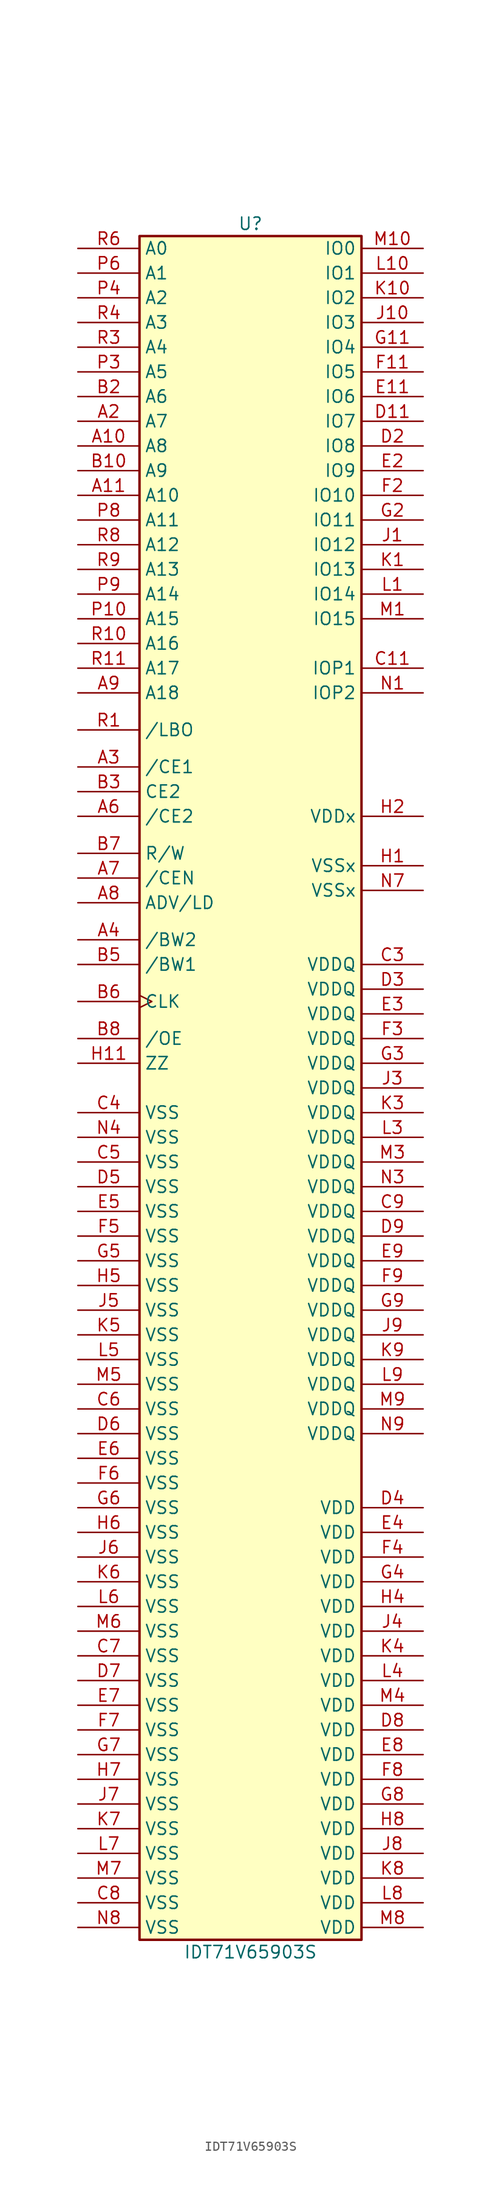
<source format=kicad_sym>
(kicad_symbol_lib
  (version 20201005)
  (generator kicad_symbol_editor)
  (symbol "IDT71V65903S"
    (property "Reference" "U"
      (at 0 88.9 0)
      (effects (font (size 1.27 1.27))))
    (property "Value" "IDT71V65903S"
      (at 0 -88.9 0)
      (effects (font (size 1.27 1.27))))
    (symbol "IDT71V65903S_0_1"
      (rectangle (start -11.43 87.63) (end 11.43 -87.63) (stroke (width 0.254)) (fill (type background))))
    (symbol "IDT71V65903S_1_1"
      (pin input line (at -17.78 66.04 0) (length 6.35) (name "A8" (effects (font (size 1.27 1.27)))) (number "A10" (effects (font (size 1.27 1.27)))))
      (pin input line (at -17.78 60.96 0) (length 6.35) (name "A10" (effects (font (size 1.27 1.27)))) (number "A11" (effects (font (size 1.27 1.27)))))
      (pin input line (at -17.78 68.58 0) (length 6.35) (name "A7" (effects (font (size 1.27 1.27)))) (number "A2" (effects (font (size 1.27 1.27)))))
      (pin input line (at -17.78 33.02 0) (length 6.35) (name "/CE1" (effects (font (size 1.27 1.27)))) (number "A3" (effects (font (size 1.27 1.27)))))
      (pin input line (at -17.78 15.24 0) (length 6.35) (name "/BW2" (effects (font (size 1.27 1.27)))) (number "A4" (effects (font (size 1.27 1.27)))))
      (pin input line (at -17.78 27.94 0) (length 6.35) (name "/CE2" (effects (font (size 1.27 1.27)))) (number "A6" (effects (font (size 1.27 1.27)))))
      (pin input line (at -17.78 21.59 0) (length 6.35) (name "/CEN" (effects (font (size 1.27 1.27)))) (number "A7" (effects (font (size 1.27 1.27)))))
      (pin input line (at -17.78 19.05 0) (length 6.35) (name "ADV/LD" (effects (font (size 1.27 1.27)))) (number "A8" (effects (font (size 1.27 1.27)))))
      (pin input line (at -17.78 40.64 0) (length 6.35) (name "A18" (effects (font (size 1.27 1.27)))) (number "A9" (effects (font (size 1.27 1.27)))))
      (pin input line (at -17.78 63.5 0) (length 6.35) (name "A9" (effects (font (size 1.27 1.27)))) (number "B10" (effects (font (size 1.27 1.27)))))
      (pin input line (at -17.78 71.12 0) (length 6.35) (name "A6" (effects (font (size 1.27 1.27)))) (number "B2" (effects (font (size 1.27 1.27)))))
      (pin input line (at -17.78 30.48 0) (length 6.35) (name "CE2" (effects (font (size 1.27 1.27)))) (number "B3" (effects (font (size 1.27 1.27)))))
      (pin input line (at -17.78 12.7 0) (length 6.35) (name "/BW1" (effects (font (size 1.27 1.27)))) (number "B5" (effects (font (size 1.27 1.27)))))
      (pin input clock (at -17.78 8.89 0) (length 6.35) (name "CLK" (effects (font (size 1.27 1.27)))) (number "B6" (effects (font (size 1.27 1.27)))))
      (pin input line (at -17.78 24.13 0) (length 6.35) (name "R/W" (effects (font (size 1.27 1.27)))) (number "B7" (effects (font (size 1.27 1.27)))))
      (pin input line (at -17.78 5.08 0) (length 6.35) (name "/OE" (effects (font (size 1.27 1.27)))) (number "B8" (effects (font (size 1.27 1.27)))))
      (pin bidirectional line (at 17.78 43.18 180) (length 6.35) (name "IOP1" (effects (font (size 1.27 1.27)))) (number "C11" (effects (font (size 1.27 1.27)))))
      (pin power_in line (at 17.78 12.7 180) (length 6.35) (name "VDDQ" (effects (font (size 1.27 1.27)))) (number "C3" (effects (font (size 1.27 1.27)))))
      (pin passive line (at -17.78 -2.54 0) (length 6.35) (name "VSS" (effects (font (size 1.27 1.27)))) (number "C4" (effects (font (size 1.27 1.27)))))
      (pin passive line (at -17.78 -7.62 0) (length 6.35) (name "VSS" (effects (font (size 1.27 1.27)))) (number "C5" (effects (font (size 1.27 1.27)))))
      (pin passive line (at -17.78 -33.02 0) (length 6.35) (name "VSS" (effects (font (size 1.27 1.27)))) (number "C6" (effects (font (size 1.27 1.27)))))
      (pin passive line (at -17.78 -58.42 0) (length 6.35) (name "VSS" (effects (font (size 1.27 1.27)))) (number "C7" (effects (font (size 1.27 1.27)))))
      (pin passive line (at -17.78 -83.82 0) (length 6.35) (name "VSS" (effects (font (size 1.27 1.27)))) (number "C8" (effects (font (size 1.27 1.27)))))
      (pin passive line (at 17.78 -12.7 180) (length 6.35) (name "VDDQ" (effects (font (size 1.27 1.27)))) (number "C9" (effects (font (size 1.27 1.27)))))
      (pin bidirectional line (at 17.78 68.58 180) (length 6.35) (name "IO7" (effects (font (size 1.27 1.27)))) (number "D11" (effects (font (size 1.27 1.27)))))
      (pin bidirectional line (at 17.78 66.04 180) (length 6.35) (name "IO8" (effects (font (size 1.27 1.27)))) (number "D2" (effects (font (size 1.27 1.27)))))
      (pin passive line (at 17.78 10.16 180) (length 6.35) (name "VDDQ" (effects (font (size 1.27 1.27)))) (number "D3" (effects (font (size 1.27 1.27)))))
      (pin passive line (at 17.78 -43.18 180) (length 6.35) (name "VDD" (effects (font (size 1.27 1.27)))) (number "D4" (effects (font (size 1.27 1.27)))))
      (pin passive line (at -17.78 -10.16 0) (length 6.35) (name "VSS" (effects (font (size 1.27 1.27)))) (number "D5" (effects (font (size 1.27 1.27)))))
      (pin passive line (at -17.78 -35.56 0) (length 6.35) (name "VSS" (effects (font (size 1.27 1.27)))) (number "D6" (effects (font (size 1.27 1.27)))))
      (pin passive line (at -17.78 -60.96 0) (length 6.35) (name "VSS" (effects (font (size 1.27 1.27)))) (number "D7" (effects (font (size 1.27 1.27)))))
      (pin passive line (at 17.78 -66.04 180) (length 6.35) (name "VDD" (effects (font (size 1.27 1.27)))) (number "D8" (effects (font (size 1.27 1.27)))))
      (pin passive line (at 17.78 -15.24 180) (length 6.35) (name "VDDQ" (effects (font (size 1.27 1.27)))) (number "D9" (effects (font (size 1.27 1.27)))))
      (pin bidirectional line (at 17.78 71.12 180) (length 6.35) (name "IO6" (effects (font (size 1.27 1.27)))) (number "E11" (effects (font (size 1.27 1.27)))))
      (pin bidirectional line (at 17.78 63.5 180) (length 6.35) (name "IO9" (effects (font (size 1.27 1.27)))) (number "E2" (effects (font (size 1.27 1.27)))))
      (pin passive line (at 17.78 7.62 180) (length 6.35) (name "VDDQ" (effects (font (size 1.27 1.27)))) (number "E3" (effects (font (size 1.27 1.27)))))
      (pin passive line (at 17.78 -45.72 180) (length 6.35) (name "VDD" (effects (font (size 1.27 1.27)))) (number "E4" (effects (font (size 1.27 1.27)))))
      (pin passive line (at -17.78 -12.7 0) (length 6.35) (name "VSS" (effects (font (size 1.27 1.27)))) (number "E5" (effects (font (size 1.27 1.27)))))
      (pin passive line (at -17.78 -38.1 0) (length 6.35) (name "VSS" (effects (font (size 1.27 1.27)))) (number "E6" (effects (font (size 1.27 1.27)))))
      (pin passive line (at -17.78 -63.5 0) (length 6.35) (name "VSS" (effects (font (size 1.27 1.27)))) (number "E7" (effects (font (size 1.27 1.27)))))
      (pin passive line (at 17.78 -68.58 180) (length 6.35) (name "VDD" (effects (font (size 1.27 1.27)))) (number "E8" (effects (font (size 1.27 1.27)))))
      (pin passive line (at 17.78 -17.78 180) (length 6.35) (name "VDDQ" (effects (font (size 1.27 1.27)))) (number "E9" (effects (font (size 1.27 1.27)))))
      (pin bidirectional line (at 17.78 73.66 180) (length 6.35) (name "IO5" (effects (font (size 1.27 1.27)))) (number "F11" (effects (font (size 1.27 1.27)))))
      (pin bidirectional line (at 17.78 60.96 180) (length 6.35) (name "IO10" (effects (font (size 1.27 1.27)))) (number "F2" (effects (font (size 1.27 1.27)))))
      (pin passive line (at 17.78 5.08 180) (length 6.35) (name "VDDQ" (effects (font (size 1.27 1.27)))) (number "F3" (effects (font (size 1.27 1.27)))))
      (pin passive line (at 17.78 -48.26 180) (length 6.35) (name "VDD" (effects (font (size 1.27 1.27)))) (number "F4" (effects (font (size 1.27 1.27)))))
      (pin passive line (at -17.78 -15.24 0) (length 6.35) (name "VSS" (effects (font (size 1.27 1.27)))) (number "F5" (effects (font (size 1.27 1.27)))))
      (pin passive line (at -17.78 -40.64 0) (length 6.35) (name "VSS" (effects (font (size 1.27 1.27)))) (number "F6" (effects (font (size 1.27 1.27)))))
      (pin passive line (at -17.78 -66.04 0) (length 6.35) (name "VSS" (effects (font (size 1.27 1.27)))) (number "F7" (effects (font (size 1.27 1.27)))))
      (pin passive line (at 17.78 -71.12 180) (length 6.35) (name "VDD" (effects (font (size 1.27 1.27)))) (number "F8" (effects (font (size 1.27 1.27)))))
      (pin passive line (at 17.78 -20.32 180) (length 6.35) (name "VDDQ" (effects (font (size 1.27 1.27)))) (number "F9" (effects (font (size 1.27 1.27)))))
      (pin bidirectional line (at 17.78 76.2 180) (length 6.35) (name "IO4" (effects (font (size 1.27 1.27)))) (number "G11" (effects (font (size 1.27 1.27)))))
      (pin bidirectional line (at 17.78 58.42 180) (length 6.35) (name "IO11" (effects (font (size 1.27 1.27)))) (number "G2" (effects (font (size 1.27 1.27)))))
      (pin passive line (at 17.78 2.54 180) (length 6.35) (name "VDDQ" (effects (font (size 1.27 1.27)))) (number "G3" (effects (font (size 1.27 1.27)))))
      (pin passive line (at 17.78 -50.8 180) (length 6.35) (name "VDD" (effects (font (size 1.27 1.27)))) (number "G4" (effects (font (size 1.27 1.27)))))
      (pin passive line (at -17.78 -17.78 0) (length 6.35) (name "VSS" (effects (font (size 1.27 1.27)))) (number "G5" (effects (font (size 1.27 1.27)))))
      (pin passive line (at -17.78 -43.18 0) (length 6.35) (name "VSS" (effects (font (size 1.27 1.27)))) (number "G6" (effects (font (size 1.27 1.27)))))
      (pin passive line (at -17.78 -68.58 0) (length 6.35) (name "VSS" (effects (font (size 1.27 1.27)))) (number "G7" (effects (font (size 1.27 1.27)))))
      (pin passive line (at 17.78 -73.66 180) (length 6.35) (name "VDD" (effects (font (size 1.27 1.27)))) (number "G8" (effects (font (size 1.27 1.27)))))
      (pin passive line (at 17.78 -22.86 180) (length 6.35) (name "VDDQ" (effects (font (size 1.27 1.27)))) (number "G9" (effects (font (size 1.27 1.27)))))
      (pin passive line (at 17.78 22.86 180) (length 6.35) (name "VSSx" (effects (font (size 1.27 1.27)))) (number "H1" (effects (font (size 1.27 1.27)))))
      (pin input line (at -17.78 2.54 0) (length 6.35) (name "ZZ" (effects (font (size 1.27 1.27)))) (number "H11" (effects (font (size 1.27 1.27)))))
      (pin passive line (at 17.78 27.94 180) (length 6.35) (name "VDDx" (effects (font (size 1.27 1.27)))) (number "H2" (effects (font (size 1.27 1.27)))))
      (pin passive line (at 17.78 -53.34 180) (length 6.35) (name "VDD" (effects (font (size 1.27 1.27)))) (number "H4" (effects (font (size 1.27 1.27)))))
      (pin passive line (at -17.78 -20.32 0) (length 6.35) (name "VSS" (effects (font (size 1.27 1.27)))) (number "H5" (effects (font (size 1.27 1.27)))))
      (pin passive line (at -17.78 -45.72 0) (length 6.35) (name "VSS" (effects (font (size 1.27 1.27)))) (number "H6" (effects (font (size 1.27 1.27)))))
      (pin passive line (at -17.78 -71.12 0) (length 6.35) (name "VSS" (effects (font (size 1.27 1.27)))) (number "H7" (effects (font (size 1.27 1.27)))))
      (pin passive line (at 17.78 -76.2 180) (length 6.35) (name "VDD" (effects (font (size 1.27 1.27)))) (number "H8" (effects (font (size 1.27 1.27)))))
      (pin bidirectional line (at 17.78 55.88 180) (length 6.35) (name "IO12" (effects (font (size 1.27 1.27)))) (number "J1" (effects (font (size 1.27 1.27)))))
      (pin bidirectional line (at 17.78 78.74 180) (length 6.35) (name "IO3" (effects (font (size 1.27 1.27)))) (number "J10" (effects (font (size 1.27 1.27)))))
      (pin passive line (at 17.78 0 180) (length 6.35) (name "VDDQ" (effects (font (size 1.27 1.27)))) (number "J3" (effects (font (size 1.27 1.27)))))
      (pin passive line (at 17.78 -55.88 180) (length 6.35) (name "VDD" (effects (font (size 1.27 1.27)))) (number "J4" (effects (font (size 1.27 1.27)))))
      (pin passive line (at -17.78 -22.86 0) (length 6.35) (name "VSS" (effects (font (size 1.27 1.27)))) (number "J5" (effects (font (size 1.27 1.27)))))
      (pin passive line (at -17.78 -48.26 0) (length 6.35) (name "VSS" (effects (font (size 1.27 1.27)))) (number "J6" (effects (font (size 1.27 1.27)))))
      (pin passive line (at -17.78 -73.66 0) (length 6.35) (name "VSS" (effects (font (size 1.27 1.27)))) (number "J7" (effects (font (size 1.27 1.27)))))
      (pin passive line (at 17.78 -78.74 180) (length 6.35) (name "VDD" (effects (font (size 1.27 1.27)))) (number "J8" (effects (font (size 1.27 1.27)))))
      (pin passive line (at 17.78 -25.4 180) (length 6.35) (name "VDDQ" (effects (font (size 1.27 1.27)))) (number "J9" (effects (font (size 1.27 1.27)))))
      (pin bidirectional line (at 17.78 53.34 180) (length 6.35) (name "IO13" (effects (font (size 1.27 1.27)))) (number "K1" (effects (font (size 1.27 1.27)))))
      (pin bidirectional line (at 17.78 81.28 180) (length 6.35) (name "IO2" (effects (font (size 1.27 1.27)))) (number "K10" (effects (font (size 1.27 1.27)))))
      (pin passive line (at 17.78 -2.54 180) (length 6.35) (name "VDDQ" (effects (font (size 1.27 1.27)))) (number "K3" (effects (font (size 1.27 1.27)))))
      (pin passive line (at 17.78 -58.42 180) (length 6.35) (name "VDD" (effects (font (size 1.27 1.27)))) (number "K4" (effects (font (size 1.27 1.27)))))
      (pin passive line (at -17.78 -25.4 0) (length 6.35) (name "VSS" (effects (font (size 1.27 1.27)))) (number "K5" (effects (font (size 1.27 1.27)))))
      (pin passive line (at -17.78 -50.8 0) (length 6.35) (name "VSS" (effects (font (size 1.27 1.27)))) (number "K6" (effects (font (size 1.27 1.27)))))
      (pin passive line (at -17.78 -76.2 0) (length 6.35) (name "VSS" (effects (font (size 1.27 1.27)))) (number "K7" (effects (font (size 1.27 1.27)))))
      (pin passive line (at 17.78 -81.28 180) (length 6.35) (name "VDD" (effects (font (size 1.27 1.27)))) (number "K8" (effects (font (size 1.27 1.27)))))
      (pin passive line (at 17.78 -27.94 180) (length 6.35) (name "VDDQ" (effects (font (size 1.27 1.27)))) (number "K9" (effects (font (size 1.27 1.27)))))
      (pin bidirectional line (at 17.78 50.8 180) (length 6.35) (name "IO14" (effects (font (size 1.27 1.27)))) (number "L1" (effects (font (size 1.27 1.27)))))
      (pin bidirectional line (at 17.78 83.82 180) (length 6.35) (name "IO1" (effects (font (size 1.27 1.27)))) (number "L10" (effects (font (size 1.27 1.27)))))
      (pin passive line (at 17.78 -5.08 180) (length 6.35) (name "VDDQ" (effects (font (size 1.27 1.27)))) (number "L3" (effects (font (size 1.27 1.27)))))
      (pin passive line (at 17.78 -60.96 180) (length 6.35) (name "VDD" (effects (font (size 1.27 1.27)))) (number "L4" (effects (font (size 1.27 1.27)))))
      (pin passive line (at -17.78 -27.94 0) (length 6.35) (name "VSS" (effects (font (size 1.27 1.27)))) (number "L5" (effects (font (size 1.27 1.27)))))
      (pin passive line (at -17.78 -53.34 0) (length 6.35) (name "VSS" (effects (font (size 1.27 1.27)))) (number "L6" (effects (font (size 1.27 1.27)))))
      (pin passive line (at -17.78 -78.74 0) (length 6.35) (name "VSS" (effects (font (size 1.27 1.27)))) (number "L7" (effects (font (size 1.27 1.27)))))
      (pin passive line (at 17.78 -83.82 180) (length 6.35) (name "VDD" (effects (font (size 1.27 1.27)))) (number "L8" (effects (font (size 1.27 1.27)))))
      (pin passive line (at 17.78 -30.48 180) (length 6.35) (name "VDDQ" (effects (font (size 1.27 1.27)))) (number "L9" (effects (font (size 1.27 1.27)))))
      (pin bidirectional line (at 17.78 48.26 180) (length 6.35) (name "IO15" (effects (font (size 1.27 1.27)))) (number "M1" (effects (font (size 1.27 1.27)))))
      (pin bidirectional line (at 17.78 86.36 180) (length 6.35) (name "IO0" (effects (font (size 1.27 1.27)))) (number "M10" (effects (font (size 1.27 1.27)))))
      (pin passive line (at 17.78 -7.62 180) (length 6.35) (name "VDDQ" (effects (font (size 1.27 1.27)))) (number "M3" (effects (font (size 1.27 1.27)))))
      (pin passive line (at 17.78 -63.5 180) (length 6.35) (name "VDD" (effects (font (size 1.27 1.27)))) (number "M4" (effects (font (size 1.27 1.27)))))
      (pin passive line (at -17.78 -30.48 0) (length 6.35) (name "VSS" (effects (font (size 1.27 1.27)))) (number "M5" (effects (font (size 1.27 1.27)))))
      (pin passive line (at -17.78 -55.88 0) (length 6.35) (name "VSS" (effects (font (size 1.27 1.27)))) (number "M6" (effects (font (size 1.27 1.27)))))
      (pin passive line (at -17.78 -81.28 0) (length 6.35) (name "VSS" (effects (font (size 1.27 1.27)))) (number "M7" (effects (font (size 1.27 1.27)))))
      (pin passive line (at 17.78 -86.36 180) (length 6.35) (name "VDD" (effects (font (size 1.27 1.27)))) (number "M8" (effects (font (size 1.27 1.27)))))
      (pin passive line (at 17.78 -33.02 180) (length 6.35) (name "VDDQ" (effects (font (size 1.27 1.27)))) (number "M9" (effects (font (size 1.27 1.27)))))
      (pin bidirectional line (at 17.78 40.64 180) (length 6.35) (name "IOP2" (effects (font (size 1.27 1.27)))) (number "N1" (effects (font (size 1.27 1.27)))))
      (pin passive line (at 17.78 -10.16 180) (length 6.35) (name "VDDQ" (effects (font (size 1.27 1.27)))) (number "N3" (effects (font (size 1.27 1.27)))))
      (pin passive line (at -17.78 -5.08 0) (length 6.35) (name "VSS" (effects (font (size 1.27 1.27)))) (number "N4" (effects (font (size 1.27 1.27)))))
      (pin passive line (at 17.78 20.32 180) (length 6.35) (name "VSSx" (effects (font (size 1.27 1.27)))) (number "N7" (effects (font (size 1.27 1.27)))))
      (pin passive line (at -17.78 -86.36 0) (length 6.35) (name "VSS" (effects (font (size 1.27 1.27)))) (number "N8" (effects (font (size 1.27 1.27)))))
      (pin power_in line (at 17.78 -35.56 180) (length 6.35) (name "VDDQ" (effects (font (size 1.27 1.27)))) (number "N9" (effects (font (size 1.27 1.27)))))
      (pin input line (at -17.78 48.26 0) (length 6.35) (name "A15" (effects (font (size 1.27 1.27)))) (number "P10" (effects (font (size 1.27 1.27)))))
      (pin input line (at -17.78 73.66 0) (length 6.35) (name "A5" (effects (font (size 1.27 1.27)))) (number "P3" (effects (font (size 1.27 1.27)))))
      (pin input line (at -17.78 81.28 0) (length 6.35) (name "A2" (effects (font (size 1.27 1.27)))) (number "P4" (effects (font (size 1.27 1.27)))))
      (pin input line (at -17.78 83.82 0) (length 6.35) (name "A1" (effects (font (size 1.27 1.27)))) (number "P6" (effects (font (size 1.27 1.27)))))
      (pin input line (at -17.78 58.42 0) (length 6.35) (name "A11" (effects (font (size 1.27 1.27)))) (number "P8" (effects (font (size 1.27 1.27)))))
      (pin input line (at -17.78 50.8 0) (length 6.35) (name "A14" (effects (font (size 1.27 1.27)))) (number "P9" (effects (font (size 1.27 1.27)))))
      (pin input line (at -17.78 36.83 0) (length 6.35) (name "/LBO" (effects (font (size 1.27 1.27)))) (number "R1" (effects (font (size 1.27 1.27)))))
      (pin input line (at -17.78 45.72 0) (length 6.35) (name "A16" (effects (font (size 1.27 1.27)))) (number "R10" (effects (font (size 1.27 1.27)))))
      (pin input line (at -17.78 43.18 0) (length 6.35) (name "A17" (effects (font (size 1.27 1.27)))) (number "R11" (effects (font (size 1.27 1.27)))))
      (pin input line (at -17.78 76.2 0) (length 6.35) (name "A4" (effects (font (size 1.27 1.27)))) (number "R3" (effects (font (size 1.27 1.27)))))
      (pin input line (at -17.78 78.74 0) (length 6.35) (name "A3" (effects (font (size 1.27 1.27)))) (number "R4" (effects (font (size 1.27 1.27)))))
      (pin input line (at -17.78 86.36 0) (length 6.35) (name "A0" (effects (font (size 1.27 1.27)))) (number "R6" (effects (font (size 1.27 1.27)))))
      (pin input line (at -17.78 55.88 0) (length 6.35) (name "A12" (effects (font (size 1.27 1.27)))) (number "R8" (effects (font (size 1.27 1.27)))))
      (pin input line (at -17.78 53.34 0) (length 6.35) (name "A13" (effects (font (size 1.27 1.27)))) (number "R9" (effects (font (size 1.27 1.27))))))))
</source>
